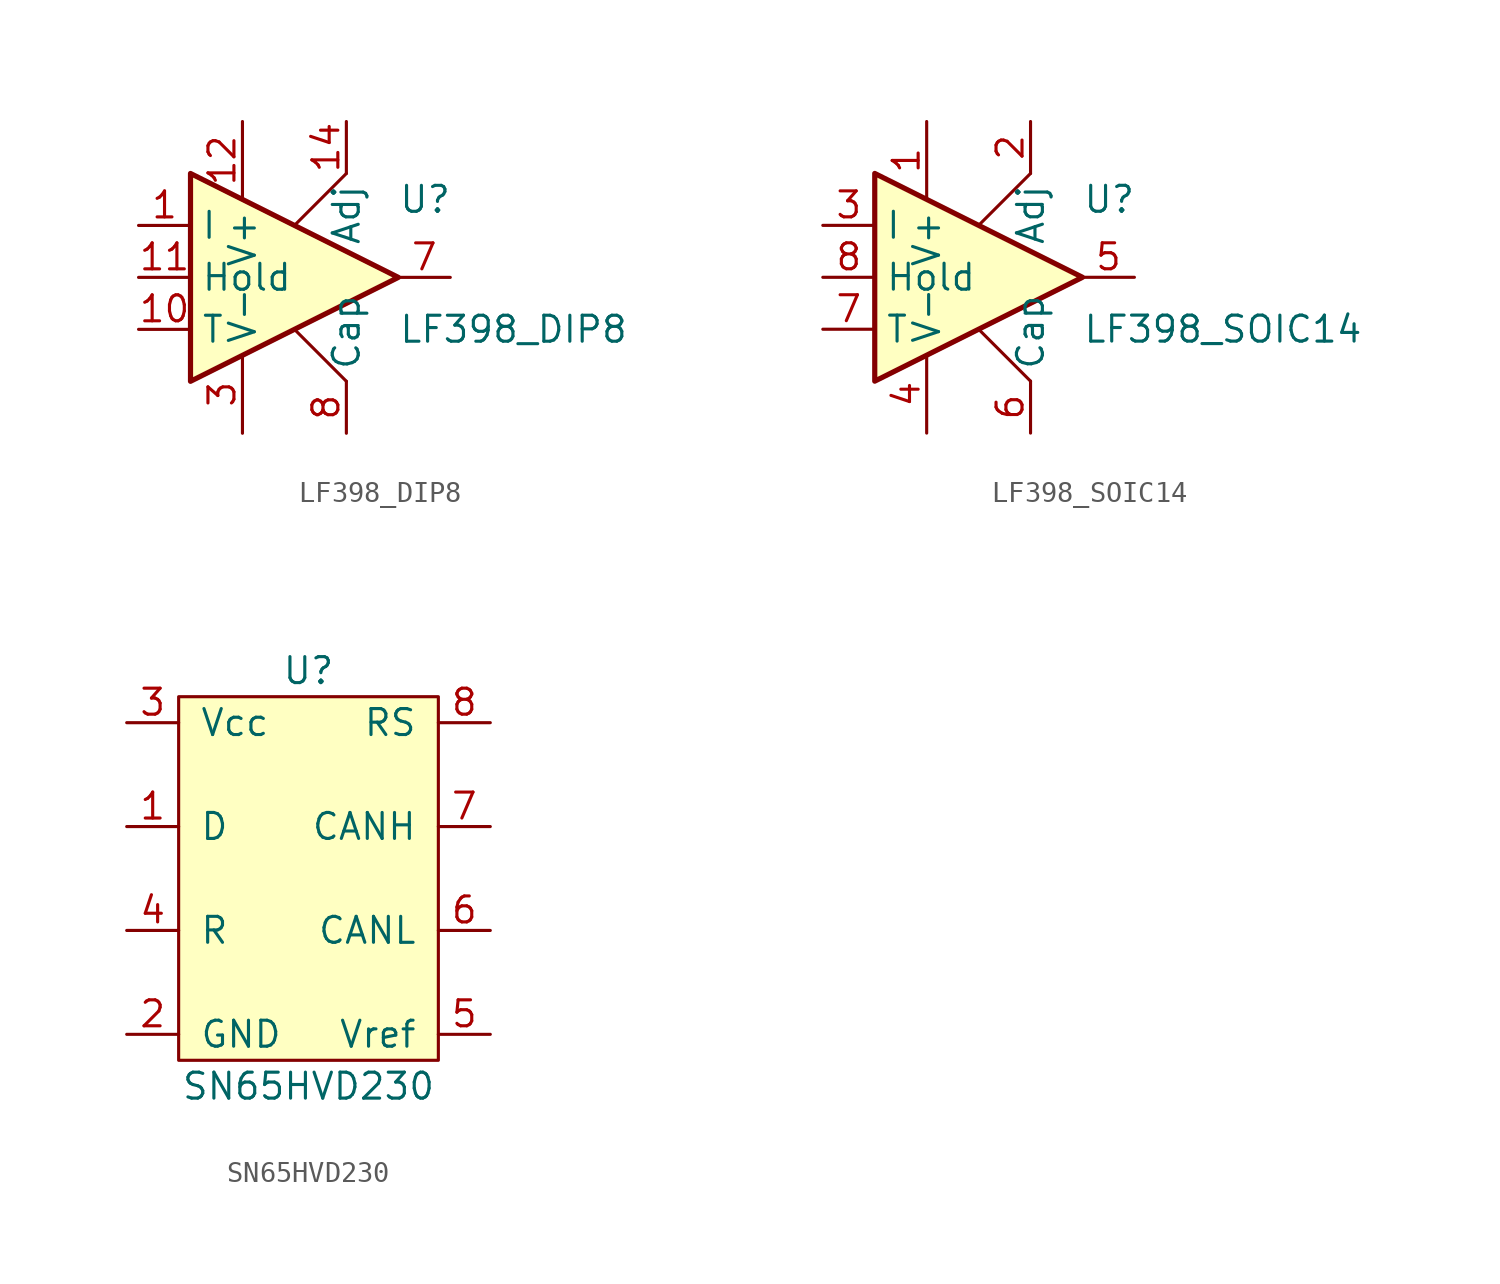
<source format=kicad_sym>
(kicad_symbol_lib
  (version 20211014)
  (generator kicad_symbol_editor)
  (symbol "LF398_DIP8"
    (property "Reference" "U"
      (at 5.08 3.81 0)
      (effects (font (size 1.27 1.27)) (justify left)))
    (property "Value" "LF398_DIP8"
      (at 5.08 -2.54 0)
      (effects (font (size 1.27 1.27)) (justify left)))
    (symbol "LF398_DIP8_0_1"
      (polyline (pts (xy 0 -2.54) (xy 2.54 -5.08)) (stroke (width 0) (type default) (color 0 0 0 0)) (fill (type none)))
      (polyline (pts (xy 2.54 5.08) (xy 0 2.54)) (stroke (width 0) (type default) (color 0 0 0 0)) (fill (type none)))
      (polyline (pts (xy -5.08 5.08) (xy 5.08 0) (xy -5.08 -5.08) (xy -5.08 5.08)) (stroke (width 0.254) (type default) (color 0 0 0 0)) (fill (type background))))
    (symbol "LF398_DIP8_1_1"
      (pin input line (at -7.62 2.54 0) (length 2.54) (name "I" (effects (font (size 1.27 1.27)))) (number "1" (effects (font (size 1.27 1.27)))))
      (pin passive line (at -7.62 -2.54 0) (length 2.54) (name "T" (effects (font (size 1.27 1.27)))) (number "10" (effects (font (size 1.27 1.27)))))
      (pin input line (at -7.62 0 0) (length 2.54) (name "Hold" (effects (font (size 1.27 1.27)))) (number "11" (effects (font (size 1.27 1.27)))))
      (pin passive line (at -2.54 7.62 270) (length 3.81) (name "V+" (effects (font (size 1.27 1.27)))) (number "12" (effects (font (size 1.27 1.27)))))
      (pin no_connect line (at 0 -2.54 90) (length 2.54) hide (name "NC" (effects (font (size 1.27 1.27)))) (number "13" (effects (font (size 1.27 1.27)))))
      (pin passive line (at 2.54 7.62 270) (length 2.54) (name "Adj" (effects (font (size 1.27 1.27)))) (number "14" (effects (font (size 1.27 1.27)))))
      (pin no_connect line (at -5.08 2.54 270) (length 2.54) hide (name "NC" (effects (font (size 1.27 1.27)))) (number "2" (effects (font (size 1.27 1.27)))))
      (pin passive line (at -2.54 -7.62 90) (length 3.81) (name "V-" (effects (font (size 1.27 1.27)))) (number "3" (effects (font (size 1.27 1.27)))))
      (pin no_connect line (at -2.54 2.54 270) (length 2.54) hide (name "NC" (effects (font (size 1.27 1.27)))) (number "4" (effects (font (size 1.27 1.27)))))
      (pin no_connect line (at -5.08 -2.54 90) (length 2.54) hide (name "NC" (effects (font (size 1.27 1.27)))) (number "5" (effects (font (size 1.27 1.27)))))
      (pin no_connect line (at -2.54 -2.54 90) (length 2.54) hide (name "NC" (effects (font (size 1.27 1.27)))) (number "6" (effects (font (size 1.27 1.27)))))
      (pin output line (at 7.62 0 180) (length 2.54) (name "~" (effects (font (size 1.27 1.27)))) (number "7" (effects (font (size 1.27 1.27)))))
      (pin passive line (at 2.54 -7.62 90) (length 2.54) (name "Cap" (effects (font (size 1.27 1.27)))) (number "8" (effects (font (size 1.27 1.27)))))
      (pin no_connect line (at 0 2.54 270) (length 2.54) hide (name "NC" (effects (font (size 1.27 1.27)))) (number "9" (effects (font (size 1.27 1.27)))))))
  (symbol "LF398_SOIC14"
    (property "Reference" "U"
      (at 5.08 3.81 0)
      (effects (font (size 1.27 1.27)) (justify left)))
    (property "Value" "LF398_SOIC14"
      (at 5.08 -2.54 0)
      (effects (font (size 1.27 1.27)) (justify left)))
    (symbol "LF398_SOIC14_0_1"
      (polyline (pts (xy 0 -2.54) (xy 2.54 -5.08)) (stroke (width 0) (type default) (color 0 0 0 0)) (fill (type none)))
      (polyline (pts (xy 2.54 5.08) (xy 0 2.54)) (stroke (width 0) (type default) (color 0 0 0 0)) (fill (type none)))
      (polyline (pts (xy -5.08 5.08) (xy 5.08 0) (xy -5.08 -5.08) (xy -5.08 5.08)) (stroke (width 0.254) (type default) (color 0 0 0 0)) (fill (type background))))
    (symbol "LF398_SOIC14_1_1"
      (pin passive line (at -2.54 7.62 270) (length 3.81) (name "V+" (effects (font (size 1.27 1.27)))) (number "1" (effects (font (size 1.27 1.27)))))
      (pin passive line (at 2.54 7.62 270) (length 2.54) (name "Adj" (effects (font (size 1.27 1.27)))) (number "2" (effects (font (size 1.27 1.27)))))
      (pin input line (at -7.62 2.54 0) (length 2.54) (name "I" (effects (font (size 1.27 1.27)))) (number "3" (effects (font (size 1.27 1.27)))))
      (pin passive line (at -2.54 -7.62 90) (length 3.81) (name "V-" (effects (font (size 1.27 1.27)))) (number "4" (effects (font (size 1.27 1.27)))))
      (pin output line (at 7.62 0 180) (length 2.54) (name "~" (effects (font (size 1.27 1.27)))) (number "5" (effects (font (size 1.27 1.27)))))
      (pin passive line (at 2.54 -7.62 90) (length 2.54) (name "Cap" (effects (font (size 1.27 1.27)))) (number "6" (effects (font (size 1.27 1.27)))))
      (pin passive line (at -7.62 -2.54 0) (length 2.54) (name "T" (effects (font (size 1.27 1.27)))) (number "7" (effects (font (size 1.27 1.27)))))
      (pin input line (at -7.62 0 0) (length 2.54) (name "Hold" (effects (font (size 1.27 1.27)))) (number "8" (effects (font (size 1.27 1.27)))))))
  (symbol "SN65HVD230"
    (pin_names
      (offset 1.016))
    (property "Reference" "U"
      (at 0 10.16 0)
      (effects (font (size 1.27 1.27))))
    (property "Value" "SN65HVD230"
      (at 0 -10.16 0)
      (effects (font (size 1.27 1.27))))
    (symbol "SN65HVD230_0_1"
      (rectangle (start -6.35 8.89) (end 6.35 -8.89) (stroke (width 0) (type default) (color 0 0 0 0)) (fill (type background))))
    (symbol "SN65HVD230_1_1"
      (pin input line (at -8.89 2.54 0) (length 2.54) (name "D" (effects (font (size 1.27 1.27)))) (number "1" (effects (font (size 1.27 1.27)))))
      (pin power_in line (at -8.89 -7.62 0) (length 2.54) (name "GND" (effects (font (size 1.27 1.27)))) (number "2" (effects (font (size 1.27 1.27)))))
      (pin power_in line (at -8.89 7.62 0) (length 2.54) (name "Vcc" (effects (font (size 1.27 1.27)))) (number "3" (effects (font (size 1.27 1.27)))))
      (pin output line (at -8.89 -2.54 0) (length 2.54) (name "R" (effects (font (size 1.27 1.27)))) (number "4" (effects (font (size 1.27 1.27)))))
      (pin output line (at 8.89 -7.62 180) (length 2.54) (name "Vref" (effects (font (size 1.27 1.27)))) (number "5" (effects (font (size 1.27 1.27)))))
      (pin bidirectional line (at 8.89 -2.54 180) (length 2.54) (name "CANL" (effects (font (size 1.27 1.27)))) (number "6" (effects (font (size 1.27 1.27)))))
      (pin bidirectional line (at 8.89 2.54 180) (length 2.54) (name "CANH" (effects (font (size 1.27 1.27)))) (number "7" (effects (font (size 1.27 1.27)))))
      (pin input line (at 8.89 7.62 180) (length 2.54) (name "RS" (effects (font (size 1.27 1.27)))) (number "8" (effects (font (size 1.27 1.27))))))))
</source>
